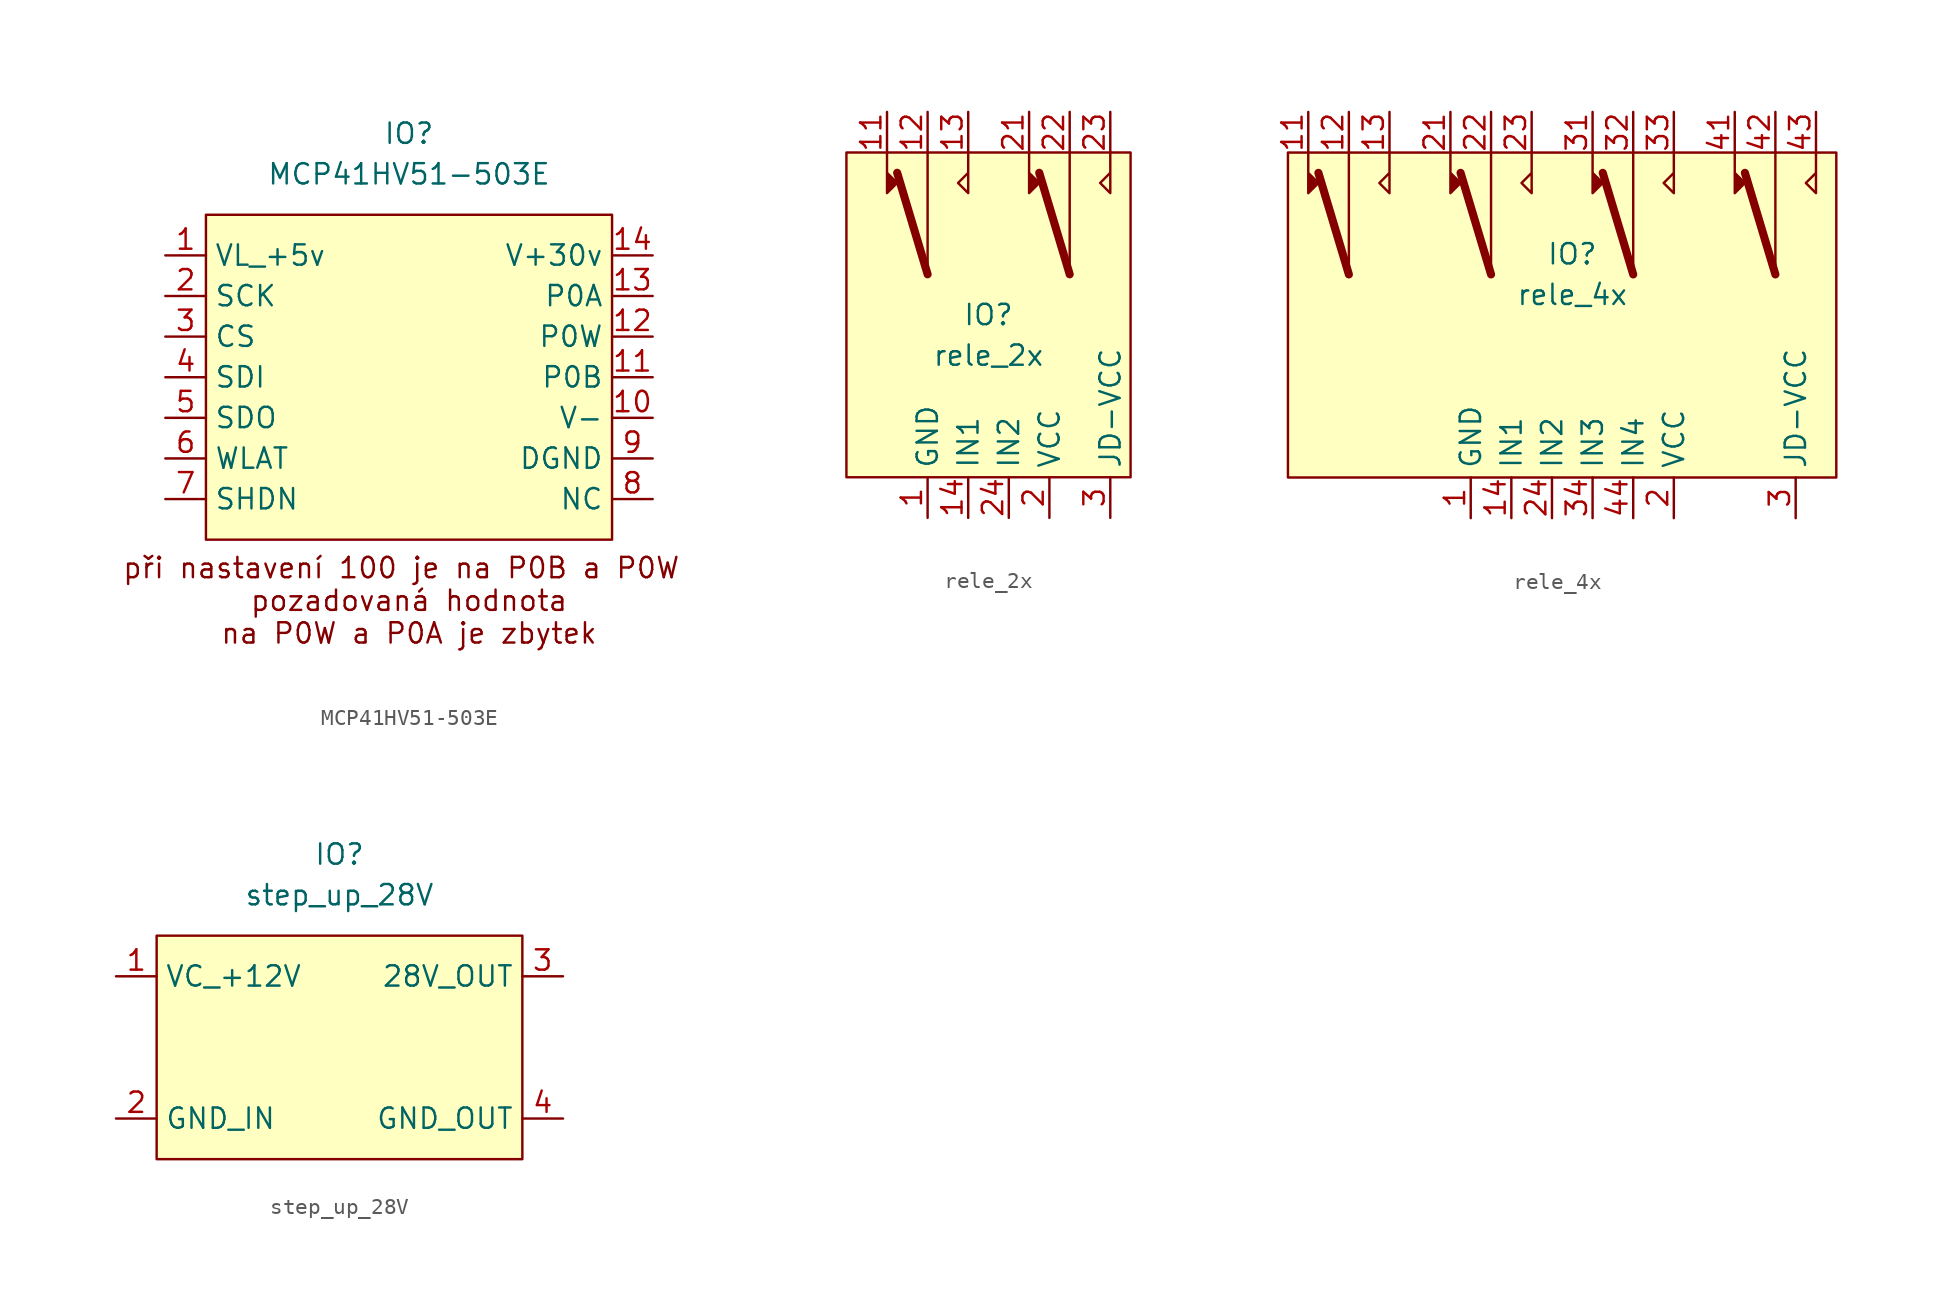
<source format=kicad_sym>
(kicad_symbol_lib
  (version 20220914)
  (generator kicad_symbol_editor)
  (symbol "MCP41HV51-503E"
    (property "Reference" "IO"
      (at 0 1.27 0)
      (effects (font (size 1.27 1.27))))
    (property "Value" "MCP41HV51-503E"
      (at 0 -1.27 0)
      (effects (font (size 1.27 1.27))))
    (symbol "MCP41HV51-503E_1_1"
      (rectangle (start -12.7 -3.81) (end 12.7 -24.13) (stroke (width 0) (type default)) (fill (type background)))
      (text "při nastavení 100 je na P0B a P0W \npozadovaná hodnota\nna P0W a P0A je zbytek" (at 0 -27.94 0) (effects (font (size 1.27 1.27))))
      (pin input line (at -15.24 -6.35 0) (length 2.54) (name "VL_+5v" (effects (font (size 1.27 1.27)))) (number "1" (effects (font (size 1.27 1.27)))))
      (pin input line (at 15.24 -16.51 180) (length 2.54) (name "V-" (effects (font (size 1.27 1.27)))) (number "10" (effects (font (size 1.27 1.27)))))
      (pin output line (at 15.24 -13.97 180) (length 2.54) (name "P0B" (effects (font (size 1.27 1.27)))) (number "11" (effects (font (size 1.27 1.27)))))
      (pin output line (at 15.24 -11.43 180) (length 2.54) (name "P0W" (effects (font (size 1.27 1.27)))) (number "12" (effects (font (size 1.27 1.27)))))
      (pin output line (at 15.24 -8.89 180) (length 2.54) (name "P0A" (effects (font (size 1.27 1.27)))) (number "13" (effects (font (size 1.27 1.27)))))
      (pin input line (at 15.24 -6.35 180) (length 2.54) (name "V+30v" (effects (font (size 1.27 1.27)))) (number "14" (effects (font (size 1.27 1.27)))))
      (pin input line (at -15.24 -8.89 0) (length 2.54) (name "SCK" (effects (font (size 1.27 1.27)))) (number "2" (effects (font (size 1.27 1.27)))))
      (pin input line (at -15.24 -11.43 0) (length 2.54) (name "CS" (effects (font (size 1.27 1.27)))) (number "3" (effects (font (size 1.27 1.27)))))
      (pin input line (at -15.24 -13.97 0) (length 2.54) (name "SDI" (effects (font (size 1.27 1.27)))) (number "4" (effects (font (size 1.27 1.27)))))
      (pin output line (at -15.24 -16.51 0) (length 2.54) (name "SDO" (effects (font (size 1.27 1.27)))) (number "5" (effects (font (size 1.27 1.27)))))
      (pin input line (at -15.24 -19.05 0) (length 2.54) (name "WLAT" (effects (font (size 1.27 1.27)))) (number "6" (effects (font (size 1.27 1.27)))))
      (pin input line (at -15.24 -21.59 0) (length 2.54) (name "SHDN" (effects (font (size 1.27 1.27)))) (number "7" (effects (font (size 1.27 1.27)))))
      (pin input line (at 15.24 -21.59 180) (length 2.54) (name "NC" (effects (font (size 1.27 1.27)))) (number "8" (effects (font (size 1.27 1.27)))))
      (pin input line (at 15.24 -19.05 180) (length 2.54) (name "DGND" (effects (font (size 1.27 1.27)))) (number "9" (effects (font (size 1.27 1.27)))))))
  (symbol "rele_2x"
    (property "Reference" "IO"
      (at 0 -13.97 0)
      (effects (font (size 1.27 1.27))))
    (property "Value" "rele_2x"
      (at 0 -16.51 0)
      (effects (font (size 1.27 1.27))))
    (symbol "rele_2x_0_1"
      (polyline (pts (xy -3.81 -11.43) (xy -5.715 -5.08)) (stroke (width 0.508) (type default)) (fill (type none)))
      (polyline (pts (xy -3.81 -11.43) (xy -3.81 -3.81)) (stroke (width 0) (type default)) (fill (type none)))
      (polyline (pts (xy 5.08 -11.43) (xy 3.175 -5.08)) (stroke (width 0.508) (type default)) (fill (type none)))
      (polyline (pts (xy 5.08 -11.43) (xy 5.08 -3.81)) (stroke (width 0) (type default)) (fill (type none)))
      (polyline (pts (xy -6.35 -3.81) (xy -6.35 -6.35) (xy -5.715 -5.715) (xy -6.35 -5.08)) (stroke (width 0) (type default)) (fill (type outline)))
      (polyline (pts (xy -1.27 -3.81) (xy -1.27 -6.35) (xy -1.905 -5.715) (xy -1.27 -5.08)) (stroke (width 0) (type default)) (fill (type none)))
      (polyline (pts (xy 2.54 -3.81) (xy 2.54 -6.35) (xy 3.175 -5.715) (xy 2.54 -5.08)) (stroke (width 0) (type default)) (fill (type outline)))
      (polyline (pts (xy 7.62 -3.81) (xy 7.62 -6.35) (xy 6.985 -5.715) (xy 7.62 -5.08)) (stroke (width 0) (type default)) (fill (type none))))
    (symbol "rele_2x_1_1"
      (rectangle (start -8.89 -3.81) (end 8.89 -24.13) (stroke (width 0) (type default)) (fill (type background)))
      (pin input line (at -3.81 -26.67 90) (length 2.54) (name "GND" (effects (font (size 1.27 1.27)))) (number "1" (effects (font (size 1.27 1.27)))))
      (pin output line (at -6.35 -1.27 270) (length 2.54) (name "" (effects (font (size 1.27 1.27)))) (number "11" (effects (font (size 1.27 1.27)))))
      (pin output line (at -3.81 -1.27 270) (length 2.54) (name "" (effects (font (size 1.27 1.27)))) (number "12" (effects (font (size 1.27 1.27)))))
      (pin output line (at -1.27 -1.27 270) (length 2.54) (name "" (effects (font (size 1.27 1.27)))) (number "13" (effects (font (size 1.27 1.27)))))
      (pin input line (at -1.27 -26.67 90) (length 2.54) (name "IN1" (effects (font (size 1.27 1.27)))) (number "14" (effects (font (size 1.27 1.27)))))
      (pin input line (at 3.81 -26.67 90) (length 2.54) (name "VCC" (effects (font (size 1.27 1.27)))) (number "2" (effects (font (size 1.27 1.27)))))
      (pin output line (at 2.54 -1.27 270) (length 2.54) (name "" (effects (font (size 1.27 1.27)))) (number "21" (effects (font (size 1.27 1.27)))))
      (pin output line (at 5.08 -1.27 270) (length 2.54) (name "" (effects (font (size 1.27 1.27)))) (number "22" (effects (font (size 1.27 1.27)))))
      (pin output line (at 7.62 -1.27 270) (length 2.54) (name "" (effects (font (size 1.27 1.27)))) (number "23" (effects (font (size 1.27 1.27)))))
      (pin input line (at 1.27 -26.67 90) (length 2.54) (name "IN2" (effects (font (size 1.27 1.27)))) (number "24" (effects (font (size 1.27 1.27)))))
      (pin input line (at 7.62 -26.67 90) (length 2.54) (name "JD-VCC" (effects (font (size 1.27 1.27)))) (number "3" (effects (font (size 1.27 1.27)))))))
  (symbol "rele_4x"
    (property "Reference" "IO"
      (at 0 -10.16 0)
      (effects (font (size 1.27 1.27))))
    (property "Value" "rele_4x"
      (at 0 -12.7 0)
      (effects (font (size 1.27 1.27))))
    (symbol "rele_4x_0_1"
      (polyline (pts (xy -13.97 -11.43) (xy -15.875 -5.08)) (stroke (width 0.508) (type default)) (fill (type none)))
      (polyline (pts (xy -13.97 -11.43) (xy -13.97 -3.81)) (stroke (width 0) (type default)) (fill (type none)))
      (polyline (pts (xy -5.08 -11.43) (xy -6.985 -5.08)) (stroke (width 0.508) (type default)) (fill (type none)))
      (polyline (pts (xy -5.08 -11.43) (xy -5.08 -3.81)) (stroke (width 0) (type default)) (fill (type none)))
      (polyline (pts (xy 3.81 -11.43) (xy 1.905 -5.08)) (stroke (width 0.508) (type default)) (fill (type none)))
      (polyline (pts (xy 3.81 -11.43) (xy 3.81 -3.81)) (stroke (width 0) (type default)) (fill (type none)))
      (polyline (pts (xy 12.7 -11.43) (xy 10.795 -5.08)) (stroke (width 0.508) (type default)) (fill (type none)))
      (polyline (pts (xy 12.7 -11.43) (xy 12.7 -3.81)) (stroke (width 0) (type default)) (fill (type none)))
      (polyline (pts (xy -16.51 -3.81) (xy -16.51 -6.35) (xy -15.875 -5.715) (xy -16.51 -5.08)) (stroke (width 0) (type default)) (fill (type outline)))
      (polyline (pts (xy -11.43 -3.81) (xy -11.43 -6.35) (xy -12.065 -5.715) (xy -11.43 -5.08)) (stroke (width 0) (type default)) (fill (type none)))
      (polyline (pts (xy -7.62 -3.81) (xy -7.62 -6.35) (xy -6.985 -5.715) (xy -7.62 -5.08)) (stroke (width 0) (type default)) (fill (type outline)))
      (polyline (pts (xy -2.54 -3.81) (xy -2.54 -6.35) (xy -3.175 -5.715) (xy -2.54 -5.08)) (stroke (width 0) (type default)) (fill (type none)))
      (polyline (pts (xy 1.27 -3.81) (xy 1.27 -6.35) (xy 1.905 -5.715) (xy 1.27 -5.08)) (stroke (width 0) (type default)) (fill (type outline)))
      (polyline (pts (xy 6.35 -3.81) (xy 6.35 -6.35) (xy 5.715 -5.715) (xy 6.35 -5.08)) (stroke (width 0) (type default)) (fill (type none)))
      (polyline (pts (xy 10.16 -3.81) (xy 10.16 -6.35) (xy 10.795 -5.715) (xy 10.16 -5.08)) (stroke (width 0) (type default)) (fill (type outline)))
      (polyline (pts (xy 15.24 -3.81) (xy 15.24 -6.35) (xy 14.605 -5.715) (xy 15.24 -5.08)) (stroke (width 0) (type default)) (fill (type none))))
    (symbol "rele_4x_1_1"
      (rectangle (start -17.78 -3.81) (end 16.51 -24.13) (stroke (width 0) (type default)) (fill (type background)))
      (pin input line (at -6.35 -26.67 90) (length 2.54) (name "GND" (effects (font (size 1.27 1.27)))) (number "1" (effects (font (size 1.27 1.27)))))
      (pin output line (at -16.51 -1.27 270) (length 2.54) (name "" (effects (font (size 1.27 1.27)))) (number "11" (effects (font (size 1.27 1.27)))))
      (pin output line (at -13.97 -1.27 270) (length 2.54) (name "" (effects (font (size 1.27 1.27)))) (number "12" (effects (font (size 1.27 1.27)))))
      (pin output line (at -11.43 -1.27 270) (length 2.54) (name "" (effects (font (size 1.27 1.27)))) (number "13" (effects (font (size 1.27 1.27)))))
      (pin input line (at -3.81 -26.67 90) (length 2.54) (name "IN1" (effects (font (size 1.27 1.27)))) (number "14" (effects (font (size 1.27 1.27)))))
      (pin input line (at 6.35 -26.67 90) (length 2.54) (name "VCC" (effects (font (size 1.27 1.27)))) (number "2" (effects (font (size 1.27 1.27)))))
      (pin output line (at -7.62 -1.27 270) (length 2.54) (name "" (effects (font (size 1.27 1.27)))) (number "21" (effects (font (size 1.27 1.27)))))
      (pin output line (at -5.08 -1.27 270) (length 2.54) (name "" (effects (font (size 1.27 1.27)))) (number "22" (effects (font (size 1.27 1.27)))))
      (pin output line (at -2.54 -1.27 270) (length 2.54) (name "" (effects (font (size 1.27 1.27)))) (number "23" (effects (font (size 1.27 1.27)))))
      (pin input line (at -1.27 -26.67 90) (length 2.54) (name "IN2" (effects (font (size 1.27 1.27)))) (number "24" (effects (font (size 1.27 1.27)))))
      (pin input line (at 13.97 -26.67 90) (length 2.54) (name "JD-VCC" (effects (font (size 1.27 1.27)))) (number "3" (effects (font (size 1.27 1.27)))))
      (pin output line (at 1.27 -1.27 270) (length 2.54) (name "" (effects (font (size 1.27 1.27)))) (number "31" (effects (font (size 1.27 1.27)))))
      (pin output line (at 3.81 -1.27 270) (length 2.54) (name "" (effects (font (size 1.27 1.27)))) (number "32" (effects (font (size 1.27 1.27)))))
      (pin output line (at 6.35 -1.27 270) (length 2.54) (name "" (effects (font (size 1.27 1.27)))) (number "33" (effects (font (size 1.27 1.27)))))
      (pin input line (at 1.27 -26.67 90) (length 2.54) (name "IN3" (effects (font (size 1.27 1.27)))) (number "34" (effects (font (size 1.27 1.27)))))
      (pin output line (at 10.16 -1.27 270) (length 2.54) (name "" (effects (font (size 1.27 1.27)))) (number "41" (effects (font (size 1.27 1.27)))))
      (pin output line (at 12.7 -1.27 270) (length 2.54) (name "" (effects (font (size 1.27 1.27)))) (number "42" (effects (font (size 1.27 1.27)))))
      (pin output line (at 15.24 -1.27 270) (length 2.54) (name "" (effects (font (size 1.27 1.27)))) (number "43" (effects (font (size 1.27 1.27)))))
      (pin input line (at 3.81 -26.67 90) (length 2.54) (name "IN4" (effects (font (size 1.27 1.27)))) (number "44" (effects (font (size 1.27 1.27)))))))
  (symbol "step_up_28V"
    (property "Reference" "IO"
      (at 0 3.81 0)
      (effects (font (size 1.27 1.27))))
    (property "Value" "step_up_28V"
      (at 0 1.27 0)
      (effects (font (size 1.27 1.27))))
    (symbol "step_up_28V_1_1"
      (rectangle (start -11.43 -1.27) (end 11.43 -15.24) (stroke (width 0) (type default)) (fill (type background)))
      (pin input line (at -13.97 -3.81 0) (length 2.54) (name "VC_+12V" (effects (font (size 1.27 1.27)))) (number "1" (effects (font (size 1.27 1.27)))))
      (pin input line (at -13.97 -12.7 0) (length 2.54) (name "GND_IN" (effects (font (size 1.27 1.27)))) (number "2" (effects (font (size 1.27 1.27)))))
      (pin input line (at 13.97 -3.81 180) (length 2.54) (name "28V_OUT" (effects (font (size 1.27 1.27)))) (number "3" (effects (font (size 1.27 1.27)))))
      (pin input line (at 13.97 -12.7 180) (length 2.54) (name "GND_OUT" (effects (font (size 1.27 1.27)))) (number "4" (effects (font (size 1.27 1.27))))))))
</source>
